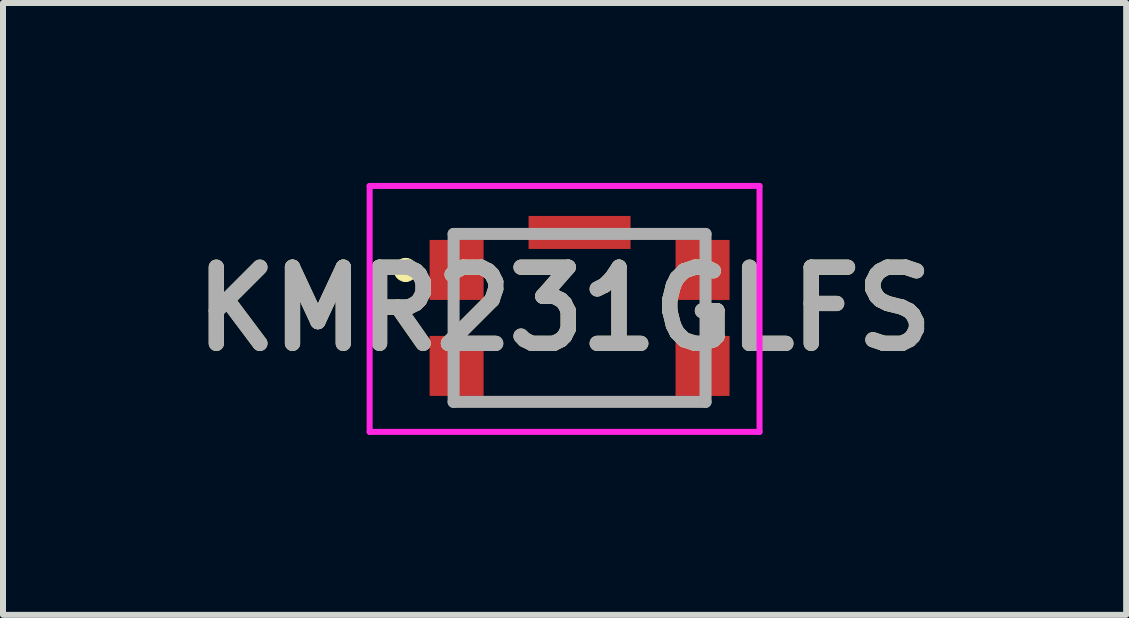
<source format=kicad_pcb>
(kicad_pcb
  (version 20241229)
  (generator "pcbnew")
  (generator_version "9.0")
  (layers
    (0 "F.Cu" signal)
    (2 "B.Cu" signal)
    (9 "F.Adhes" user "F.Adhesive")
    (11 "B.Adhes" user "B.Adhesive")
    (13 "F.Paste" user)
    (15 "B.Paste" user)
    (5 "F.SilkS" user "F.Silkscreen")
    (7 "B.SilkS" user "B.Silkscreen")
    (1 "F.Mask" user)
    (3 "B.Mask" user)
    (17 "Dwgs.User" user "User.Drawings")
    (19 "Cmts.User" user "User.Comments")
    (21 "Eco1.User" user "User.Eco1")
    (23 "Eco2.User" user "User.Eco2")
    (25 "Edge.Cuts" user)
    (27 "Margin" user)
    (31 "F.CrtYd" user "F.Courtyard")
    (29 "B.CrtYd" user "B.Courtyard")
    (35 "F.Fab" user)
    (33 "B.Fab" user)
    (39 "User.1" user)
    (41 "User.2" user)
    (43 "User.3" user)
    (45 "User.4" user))
  (footprint "KMR231GLFS"
    (layer "F.Cu")
    (at 6.612 2.25)
    (property "Reference" "KMR231GLFS" (at -0.25 -0.15 0) (layer "F.SilkS") (effects (font (size 1.27 1.27) (thickness 0.254))))
    (attr smd)
    (fp_line (start -2.9 -0.9) (end -2.9 -0.9) (stroke (width 0.2) (type solid)) (layer "F.SilkS"))
    (fp_line (start -2.9 -0.7) (end -2.9 -0.7) (stroke (width 0.2) (type solid)) (layer "F.SilkS"))
    (fp_line (start -2.1 -0.2) (end -2.1 0.2) (stroke (width 0.1) (type solid)) (layer "F.SilkS"))
    (fp_line (start -1.5 1.4) (end 1.5 1.4) (stroke (width 0.1) (type solid)) (layer "F.SilkS"))
    (fp_line (start -1 -1.4) (end -1.4 -1.4) (stroke (width 0.1) (type solid)) (layer "F.SilkS"))
    (fp_line (start 1 -1.4) (end 1.4 -1.4) (stroke (width 0.1) (type solid)) (layer "F.SilkS"))
    (fp_line (start 2.1 -0.2) (end 2.1 0.2) (stroke (width 0.1) (type solid)) (layer "F.SilkS"))
    (fp_arc (start -2.9 -0.9) (mid -2.8 -0.8) (end -2.9 -0.7) (stroke (width 0.2) (type solid)) (layer "F.SilkS"))
    (fp_arc (start -2.9 -0.7) (mid -3 -0.8) (end -2.9 -0.9) (stroke (width 0.2) (type solid)) (layer "F.SilkS"))
    (fp_line (start -3.5 -2.2) (end 3 -2.2) (stroke (width 0.1) (type solid)) (layer "F.CrtYd"))
    (fp_line (start -3.5 1.9) (end -3.5 -2.2) (stroke (width 0.1) (type solid)) (layer "F.CrtYd"))
    (fp_line (start 3 -2.2) (end 3 1.9) (stroke (width 0.1) (type solid)) (layer "F.CrtYd"))
    (fp_line (start 3 1.9) (end -3.5 1.9) (stroke (width 0.1) (type solid)) (layer "F.CrtYd"))
    (fp_line (start -2.1 -1.4) (end 2.1 -1.4) (stroke (width 0.2) (type solid)) (layer "F.Fab"))
    (fp_line (start -2.1 1.4) (end -2.1 -1.4) (stroke (width 0.2) (type solid)) (layer "F.Fab"))
    (fp_line (start 2.1 -1.4) (end 2.1 1.4) (stroke (width 0.2) (type solid)) (layer "F.Fab"))
    (fp_line (start 2.1 1.4) (end -2.1 1.4) (stroke (width 0.2) (type solid)) (layer "F.Fab"))
    (fp_text user "${REFERENCE}" (at -0.25 -0.15 0) (layer "F.Fab") (effects (font (size 1.27 1.27) (thickness 0.254))))
    (pad "1" smd rect (at -2.05 -0.8) (size 0.9 1) (layers "F.Cu" "F.Mask" "F.Paste"))
    (pad "2" smd rect (at -2.05 0.8) (size 0.9 1) (layers "F.Cu" "F.Mask" "F.Paste"))
    (pad "3" smd rect (at 2.05 0.8) (size 0.9 1) (layers "F.Cu" "F.Mask" "F.Paste"))
    (pad "4" smd rect (at 2.05 -0.8) (size 0.9 1) (layers "F.Cu" "F.Mask" "F.Paste"))
    (pad "5" smd rect (at 0 -1.425 90) (size 0.55 1.7) (layers "F.Cu" "F.Mask" "F.Paste")))
  (gr_rect
    (start -3 -3)
    (end 15.724 7.2)
    (stroke (width 0.1) (type default))
    (fill no)
    (layer "Edge.Cuts")))
</source>
